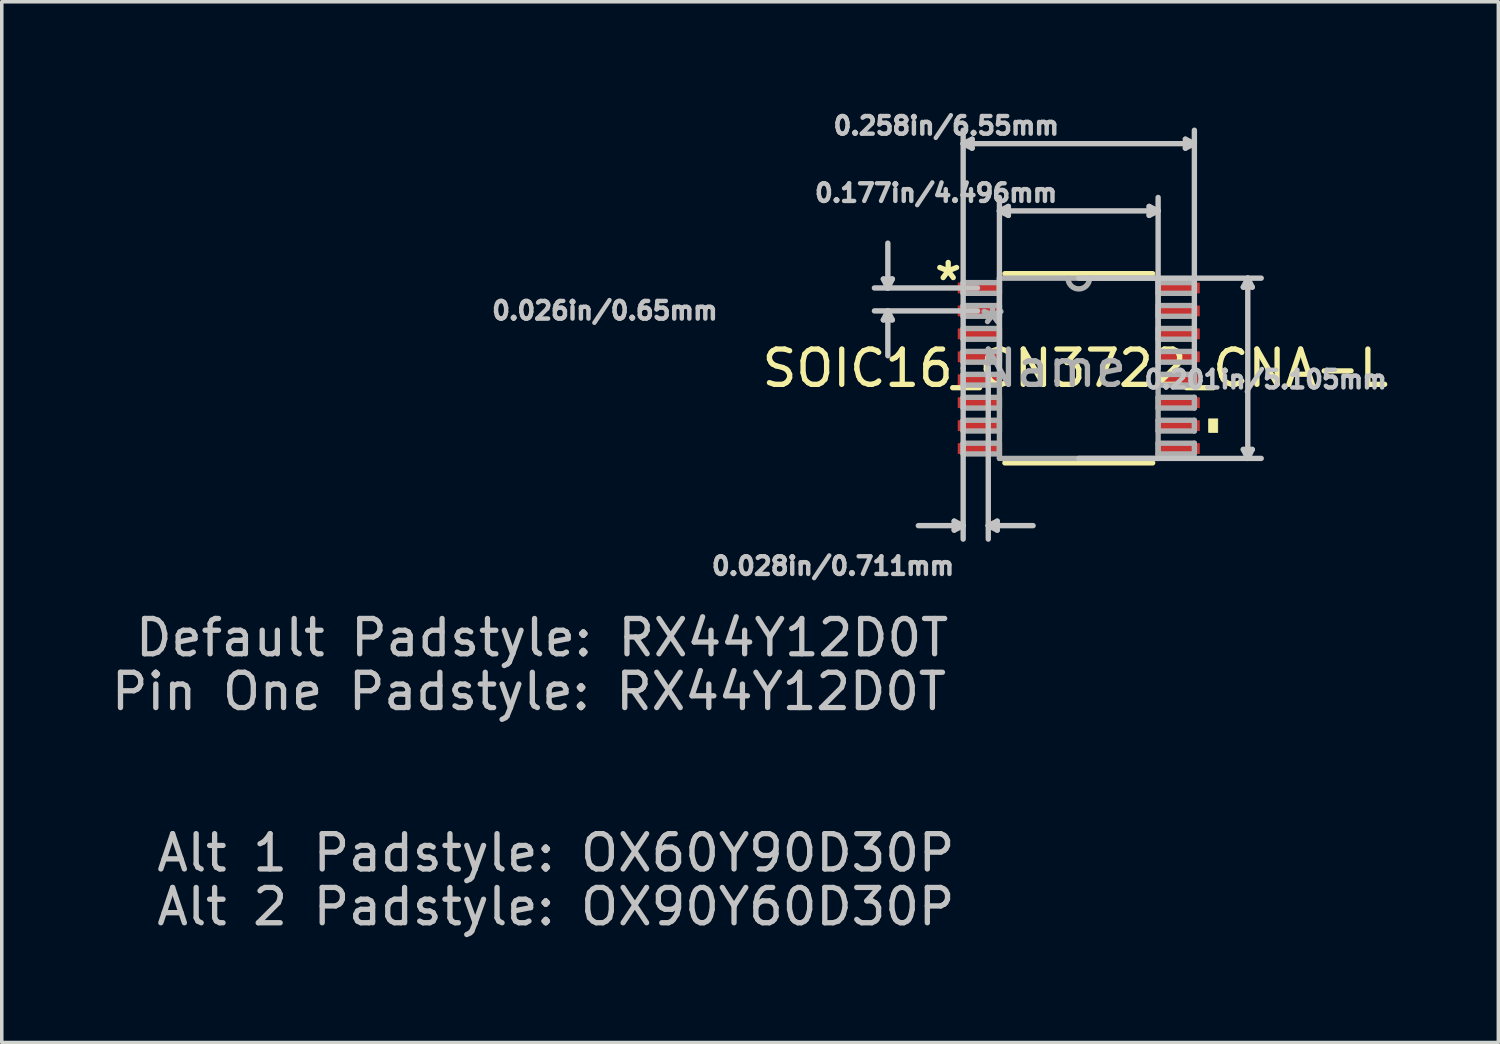
<source format=kicad_pcb>
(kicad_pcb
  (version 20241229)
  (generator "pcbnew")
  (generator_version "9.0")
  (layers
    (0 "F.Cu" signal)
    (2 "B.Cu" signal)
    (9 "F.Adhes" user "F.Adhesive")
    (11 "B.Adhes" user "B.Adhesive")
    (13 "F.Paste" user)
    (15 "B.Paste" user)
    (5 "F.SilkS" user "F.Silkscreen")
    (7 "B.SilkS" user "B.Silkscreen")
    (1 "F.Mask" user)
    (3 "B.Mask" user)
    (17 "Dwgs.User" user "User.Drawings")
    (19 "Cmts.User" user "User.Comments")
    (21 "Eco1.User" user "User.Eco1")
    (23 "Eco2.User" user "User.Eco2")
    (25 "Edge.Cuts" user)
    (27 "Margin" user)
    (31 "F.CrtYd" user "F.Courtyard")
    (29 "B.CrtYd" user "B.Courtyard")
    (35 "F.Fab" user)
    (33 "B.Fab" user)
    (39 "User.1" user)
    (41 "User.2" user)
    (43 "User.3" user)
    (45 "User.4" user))
  (footprint "SOIC16_CN3722_CNA-L"
    (layer "F.Cu")
    (at 27.511 7.383)
    (property "Reference" "SOIC16_CN3722_CNA-L" (at -0.096 0 0) (layer "F.SilkS") (effects (font (size 1 1) (thickness 0.15))))
    (attr smd)
    (fp_line (start -2.093 2.68) (end 2.093 2.68) (stroke (width 0.152) (type solid)) (layer "F.SilkS"))
    (fp_line (start 2.093 -2.68) (end -2.093 -2.68) (stroke (width 0.152) (type solid)) (layer "F.SilkS"))
    (fp_poly (pts (xy 3.935 1.435) (xy 3.935 1.815) (xy 3.681 1.815) (xy 3.681 1.435)) (stroke (width 0.025) (type solid)) (fill yes) (layer "F.SilkS"))
    (fp_line (start -5.536 -2.529) (end -5.282 -2.529) (stroke (width 0.152) (type solid)) (layer "Dwgs.User"))
    (fp_line (start -5.536 -1.371) (end -5.282 -1.371) (stroke (width 0.152) (type solid)) (layer "Dwgs.User"))
    (fp_line (start -5.409 -2.275) (end -5.536 -2.529) (stroke (width 0.152) (type solid)) (layer "Dwgs.User"))
    (fp_line (start -5.409 -2.275) (end -5.409 -3.545) (stroke (width 0.152) (type solid)) (layer "Dwgs.User"))
    (fp_line (start -5.409 -2.275) (end -5.282 -2.529) (stroke (width 0.152) (type solid)) (layer "Dwgs.User"))
    (fp_line (start -5.409 -1.625) (end -5.536 -1.371) (stroke (width 0.152) (type solid)) (layer "Dwgs.User"))
    (fp_line (start -5.409 -1.625) (end -5.409 -0.355) (stroke (width 0.152) (type solid)) (layer "Dwgs.User"))
    (fp_line (start -5.409 -1.625) (end -5.282 -1.371) (stroke (width 0.152) (type solid)) (layer "Dwgs.User"))
    (fp_line (start -3.529 4.331) (end -3.529 4.585) (stroke (width 0.152) (type solid)) (layer "Dwgs.User"))
    (fp_line (start -3.275 -6.363) (end -3.021 -6.49) (stroke (width 0.152) (type solid)) (layer "Dwgs.User"))
    (fp_line (start -3.275 -6.363) (end -3.021 -6.236) (stroke (width 0.152) (type solid)) (layer "Dwgs.User"))
    (fp_line (start -3.275 -6.363) (end 3.275 -6.363) (stroke (width 0.152) (type solid)) (layer "Dwgs.User"))
    (fp_line (start -3.275 0) (end -3.275 -6.744) (stroke (width 0.152) (type solid)) (layer "Dwgs.User"))
    (fp_line (start -3.275 0) (end -3.275 4.839) (stroke (width 0.152) (type solid)) (layer "Dwgs.User"))
    (fp_line (start -3.275 4.458) (end -4.545 4.458) (stroke (width 0.152) (type solid)) (layer "Dwgs.User"))
    (fp_line (start -3.275 4.458) (end -3.529 4.331) (stroke (width 0.152) (type solid)) (layer "Dwgs.User"))
    (fp_line (start -3.275 4.458) (end -3.529 4.585) (stroke (width 0.152) (type solid)) (layer "Dwgs.User"))
    (fp_line (start -3.021 -6.49) (end -3.021 -6.236) (stroke (width 0.152) (type solid)) (layer "Dwgs.User"))
    (fp_line (start -2.869 -2.275) (end -5.79 -2.275) (stroke (width 0.152) (type solid)) (layer "Dwgs.User"))
    (fp_line (start -2.869 -1.625) (end -5.79 -1.625) (stroke (width 0.152) (type solid)) (layer "Dwgs.User"))
    (fp_line (start -2.564 0) (end -2.564 4.839) (stroke (width 0.152) (type solid)) (layer "Dwgs.User"))
    (fp_line (start -2.564 4.458) (end -2.31 4.331) (stroke (width 0.152) (type solid)) (layer "Dwgs.User"))
    (fp_line (start -2.564 4.458) (end -2.31 4.585) (stroke (width 0.152) (type solid)) (layer "Dwgs.User"))
    (fp_line (start -2.564 4.458) (end -1.294 4.458) (stroke (width 0.152) (type solid)) (layer "Dwgs.User"))
    (fp_line (start -2.31 4.331) (end -2.31 4.585) (stroke (width 0.152) (type solid)) (layer "Dwgs.User"))
    (fp_line (start -2.248 -4.458) (end -1.994 -4.585) (stroke (width 0.152) (type solid)) (layer "Dwgs.User"))
    (fp_line (start -2.248 -4.458) (end -1.994 -4.331) (stroke (width 0.152) (type solid)) (layer "Dwgs.User"))
    (fp_line (start -2.248 -4.458) (end 2.248 -4.458) (stroke (width 0.152) (type solid)) (layer "Dwgs.User"))
    (fp_line (start -2.248 0) (end -2.248 -4.839) (stroke (width 0.152) (type solid)) (layer "Dwgs.User"))
    (fp_line (start -1.994 -4.585) (end -1.994 -4.331) (stroke (width 0.152) (type solid)) (layer "Dwgs.User"))
    (fp_line (start 0 -2.553) (end 5.169 -2.553) (stroke (width 0.152) (type solid)) (layer "Dwgs.User"))
    (fp_line (start 0 2.553) (end 5.169 2.553) (stroke (width 0.152) (type solid)) (layer "Dwgs.User"))
    (fp_line (start 1.994 -4.585) (end 1.994 -4.331) (stroke (width 0.152) (type solid)) (layer "Dwgs.User"))
    (fp_line (start 2.248 -4.458) (end 1.994 -4.585) (stroke (width 0.152) (type solid)) (layer "Dwgs.User"))
    (fp_line (start 2.248 -4.458) (end 1.994 -4.331) (stroke (width 0.152) (type solid)) (layer "Dwgs.User"))
    (fp_line (start 2.248 0) (end 2.248 -4.839) (stroke (width 0.152) (type solid)) (layer "Dwgs.User"))
    (fp_line (start 3.021 -6.49) (end 3.021 -6.236) (stroke (width 0.152) (type solid)) (layer "Dwgs.User"))
    (fp_line (start 3.275 -6.363) (end 3.021 -6.49) (stroke (width 0.152) (type solid)) (layer "Dwgs.User"))
    (fp_line (start 3.275 -6.363) (end 3.021 -6.236) (stroke (width 0.152) (type solid)) (layer "Dwgs.User"))
    (fp_line (start 3.275 0) (end 3.275 -6.744) (stroke (width 0.152) (type solid)) (layer "Dwgs.User"))
    (fp_line (start 4.661 -2.299) (end 4.915 -2.299) (stroke (width 0.152) (type solid)) (layer "Dwgs.User"))
    (fp_line (start 4.661 2.299) (end 4.915 2.299) (stroke (width 0.152) (type solid)) (layer "Dwgs.User"))
    (fp_line (start 4.788 -2.553) (end 4.661 -2.299) (stroke (width 0.152) (type solid)) (layer "Dwgs.User"))
    (fp_line (start 4.788 -2.553) (end 4.788 2.553) (stroke (width 0.152) (type solid)) (layer "Dwgs.User"))
    (fp_line (start 4.788 -2.553) (end 4.915 -2.299) (stroke (width 0.152) (type solid)) (layer "Dwgs.User"))
    (fp_line (start 4.788 2.553) (end 4.661 2.299) (stroke (width 0.152) (type solid)) (layer "Dwgs.User"))
    (fp_line (start 4.788 2.553) (end 4.915 2.299) (stroke (width 0.152) (type solid)) (layer "Dwgs.User"))
    (fp_line (start -3.275 -2.427) (end -3.275 -2.123) (stroke (width 0.152) (type solid)) (layer "F.Fab"))
    (fp_line (start -3.275 -2.123) (end -2.248 -2.123) (stroke (width 0.152) (type solid)) (layer "F.Fab"))
    (fp_line (start -3.275 -1.777) (end -3.275 -1.473) (stroke (width 0.152) (type solid)) (layer "F.Fab"))
    (fp_line (start -3.275 -1.473) (end -2.248 -1.473) (stroke (width 0.152) (type solid)) (layer "F.Fab"))
    (fp_line (start -3.275 -1.127) (end -3.275 -0.823) (stroke (width 0.152) (type solid)) (layer "F.Fab"))
    (fp_line (start -3.275 -0.823) (end -2.248 -0.823) (stroke (width 0.152) (type solid)) (layer "F.Fab"))
    (fp_line (start -3.275 -0.477) (end -3.275 -0.173) (stroke (width 0.152) (type solid)) (layer "F.Fab"))
    (fp_line (start -3.275 -0.173) (end -2.248 -0.173) (stroke (width 0.152) (type solid)) (layer "F.Fab"))
    (fp_line (start -3.275 0.173) (end -3.275 0.477) (stroke (width 0.152) (type solid)) (layer "F.Fab"))
    (fp_line (start -3.275 0.477) (end -2.248 0.477) (stroke (width 0.152) (type solid)) (layer "F.Fab"))
    (fp_line (start -3.275 0.823) (end -3.275 1.127) (stroke (width 0.152) (type solid)) (layer "F.Fab"))
    (fp_line (start -3.275 1.127) (end -2.248 1.127) (stroke (width 0.152) (type solid)) (layer "F.Fab"))
    (fp_line (start -3.275 1.473) (end -3.275 1.777) (stroke (width 0.152) (type solid)) (layer "F.Fab"))
    (fp_line (start -3.275 1.777) (end -2.248 1.777) (stroke (width 0.152) (type solid)) (layer "F.Fab"))
    (fp_line (start -3.275 2.123) (end -3.275 2.427) (stroke (width 0.152) (type solid)) (layer "F.Fab"))
    (fp_line (start -3.275 2.427) (end -2.248 2.427) (stroke (width 0.152) (type solid)) (layer "F.Fab"))
    (fp_line (start -2.248 -2.553) (end -2.248 2.553) (stroke (width 0.152) (type solid)) (layer "F.Fab"))
    (fp_line (start -2.248 -2.427) (end -3.275 -2.427) (stroke (width 0.152) (type solid)) (layer "F.Fab"))
    (fp_line (start -2.248 -2.123) (end -2.248 -2.427) (stroke (width 0.152) (type solid)) (layer "F.Fab"))
    (fp_line (start -2.248 -1.777) (end -3.275 -1.777) (stroke (width 0.152) (type solid)) (layer "F.Fab"))
    (fp_line (start -2.248 -1.473) (end -2.248 -1.777) (stroke (width 0.152) (type solid)) (layer "F.Fab"))
    (fp_line (start -2.248 -1.127) (end -3.275 -1.127) (stroke (width 0.152) (type solid)) (layer "F.Fab"))
    (fp_line (start -2.248 -0.823) (end -2.248 -1.127) (stroke (width 0.152) (type solid)) (layer "F.Fab"))
    (fp_line (start -2.248 -0.477) (end -3.275 -0.477) (stroke (width 0.152) (type solid)) (layer "F.Fab"))
    (fp_line (start -2.248 -0.173) (end -2.248 -0.477) (stroke (width 0.152) (type solid)) (layer "F.Fab"))
    (fp_line (start -2.248 0.173) (end -3.275 0.173) (stroke (width 0.152) (type solid)) (layer "F.Fab"))
    (fp_line (start -2.248 0.477) (end -2.248 0.173) (stroke (width 0.152) (type solid)) (layer "F.Fab"))
    (fp_line (start -2.248 0.823) (end -3.275 0.823) (stroke (width 0.152) (type solid)) (layer "F.Fab"))
    (fp_line (start -2.248 1.127) (end -2.248 0.823) (stroke (width 0.152) (type solid)) (layer "F.Fab"))
    (fp_line (start -2.248 1.473) (end -3.275 1.473) (stroke (width 0.152) (type solid)) (layer "F.Fab"))
    (fp_line (start -2.248 1.777) (end -2.248 1.473) (stroke (width 0.152) (type solid)) (layer "F.Fab"))
    (fp_line (start -2.248 2.123) (end -3.275 2.123) (stroke (width 0.152) (type solid)) (layer "F.Fab"))
    (fp_line (start -2.248 2.427) (end -2.248 2.123) (stroke (width 0.152) (type solid)) (layer "F.Fab"))
    (fp_line (start -2.248 2.553) (end 2.248 2.553) (stroke (width 0.152) (type solid)) (layer "F.Fab"))
    (fp_line (start 2.248 -2.553) (end -2.248 -2.553) (stroke (width 0.152) (type solid)) (layer "F.Fab"))
    (fp_line (start 2.248 -2.427) (end 2.248 -2.123) (stroke (width 0.152) (type solid)) (layer "F.Fab"))
    (fp_line (start 2.248 -2.123) (end 3.275 -2.123) (stroke (width 0.152) (type solid)) (layer "F.Fab"))
    (fp_line (start 2.248 -1.777) (end 2.248 -1.473) (stroke (width 0.152) (type solid)) (layer "F.Fab"))
    (fp_line (start 2.248 -1.473) (end 3.275 -1.473) (stroke (width 0.152) (type solid)) (layer "F.Fab"))
    (fp_line (start 2.248 -1.127) (end 2.248 -0.823) (stroke (width 0.152) (type solid)) (layer "F.Fab"))
    (fp_line (start 2.248 -0.823) (end 3.275 -0.823) (stroke (width 0.152) (type solid)) (layer "F.Fab"))
    (fp_line (start 2.248 -0.477) (end 2.248 -0.173) (stroke (width 0.152) (type solid)) (layer "F.Fab"))
    (fp_line (start 2.248 -0.173) (end 3.275 -0.173) (stroke (width 0.152) (type solid)) (layer "F.Fab"))
    (fp_line (start 2.248 0.173) (end 2.248 0.477) (stroke (width 0.152) (type solid)) (layer "F.Fab"))
    (fp_line (start 2.248 0.477) (end 3.275 0.477) (stroke (width 0.152) (type solid)) (layer "F.Fab"))
    (fp_line (start 2.248 0.823) (end 2.248 1.127) (stroke (width 0.152) (type solid)) (layer "F.Fab"))
    (fp_line (start 2.248 1.127) (end 3.275 1.127) (stroke (width 0.152) (type solid)) (layer "F.Fab"))
    (fp_line (start 2.248 1.473) (end 2.248 1.777) (stroke (width 0.152) (type solid)) (layer "F.Fab"))
    (fp_line (start 2.248 1.777) (end 3.275 1.777) (stroke (width 0.152) (type solid)) (layer "F.Fab"))
    (fp_line (start 2.248 2.123) (end 2.248 2.427) (stroke (width 0.152) (type solid)) (layer "F.Fab"))
    (fp_line (start 2.248 2.427) (end 3.275 2.427) (stroke (width 0.152) (type solid)) (layer "F.Fab"))
    (fp_line (start 2.248 2.553) (end 2.248 -2.553) (stroke (width 0.152) (type solid)) (layer "F.Fab"))
    (fp_line (start 3.275 -2.427) (end 2.248 -2.427) (stroke (width 0.152) (type solid)) (layer "F.Fab"))
    (fp_line (start 3.275 -2.123) (end 3.275 -2.427) (stroke (width 0.152) (type solid)) (layer "F.Fab"))
    (fp_line (start 3.275 -1.777) (end 2.248 -1.777) (stroke (width 0.152) (type solid)) (layer "F.Fab"))
    (fp_line (start 3.275 -1.473) (end 3.275 -1.777) (stroke (width 0.152) (type solid)) (layer "F.Fab"))
    (fp_line (start 3.275 -1.127) (end 2.248 -1.127) (stroke (width 0.152) (type solid)) (layer "F.Fab"))
    (fp_line (start 3.275 -0.823) (end 3.275 -1.127) (stroke (width 0.152) (type solid)) (layer "F.Fab"))
    (fp_line (start 3.275 -0.477) (end 2.248 -0.477) (stroke (width 0.152) (type solid)) (layer "F.Fab"))
    (fp_line (start 3.275 -0.173) (end 3.275 -0.477) (stroke (width 0.152) (type solid)) (layer "F.Fab"))
    (fp_line (start 3.275 0.173) (end 2.248 0.173) (stroke (width 0.152) (type solid)) (layer "F.Fab"))
    (fp_line (start 3.275 0.477) (end 3.275 0.173) (stroke (width 0.152) (type solid)) (layer "F.Fab"))
    (fp_line (start 3.275 0.823) (end 2.248 0.823) (stroke (width 0.152) (type solid)) (layer "F.Fab"))
    (fp_line (start 3.275 1.127) (end 3.275 0.823) (stroke (width 0.152) (type solid)) (layer "F.Fab"))
    (fp_line (start 3.275 1.473) (end 2.248 1.473) (stroke (width 0.152) (type solid)) (layer "F.Fab"))
    (fp_line (start 3.275 1.777) (end 3.275 1.473) (stroke (width 0.152) (type solid)) (layer "F.Fab"))
    (fp_line (start 3.275 2.123) (end 2.248 2.123) (stroke (width 0.152) (type solid)) (layer "F.Fab"))
    (fp_line (start 3.275 2.427) (end 3.275 2.123) (stroke (width 0.152) (type solid)) (layer "F.Fab"))
    (fp_arc (start 0.3048 -2.5527) (mid 0 -2.2479) (end -0.3048 -2.5527) (stroke (width 0.1524) (type solid)) (layer "F.Fab"))
    (fp_text user "*" (at -3.699 -2.453 0) (layer "F.SilkS") (effects (font (size 1 1) (thickness 0.15))))
    (fp_text user "Pin One Padstyle: RX44Y12D0T" (at -15.576 9.157 0) (layer "Dwgs.User") (effects (font (size 1 1) (thickness 0.15))))
    (fp_text user "0.258in/6.55mm" (at -3.754 -6.871 0) (layer "Dwgs.User") (effects (font (size 0.5 0.5) (thickness 0.15))))
    (fp_text user "Default Padstyle: RX44Y12D0T" (at -15.204 7.633 0) (layer "Dwgs.User") (effects (font (size 1 1) (thickness 0.15))))
    (fp_text user "0.177in/4.496mm" (at -4.042 -4.966 0) (layer "Dwgs.User") (effects (font (size 0.5 0.5) (thickness 0.15))))
    (fp_text user "0.026in/0.65mm" (at -13.425 -1.633 0) (layer "Dwgs.User") (effects (font (size 0.5 0.5) (thickness 0.15))))
    (fp_text user "0.201in/5.105mm" (at 5.296 0.318 0) (layer "Dwgs.User") (effects (font (size 0.5 0.5) (thickness 0.15))))
    (fp_text user "Alt 1 Padstyle: OX60Y90D30P" (at -14.814 13.729 0) (layer "Dwgs.User") (effects (font (size 1 1) (thickness 0.15))))
    (fp_text user "Alt 2 Padstyle: OX90Y60D30P" (at -14.814 15.253 0) (layer "Dwgs.User") (effects (font (size 1 1) (thickness 0.15))))
    (fp_text user "0.028in/0.711mm" (at -6.962 5.601 0) (layer "Dwgs.User") (effects (font (size 0.5 0.5) (thickness 0.15))))
    (fp_text user "Name" (at -0.731 0 0) (layer "F.Fab") (effects (font (size 1 1) (thickness 0.15))))
    (fp_text user "*" (at -2.443 -1.206 0) (layer "F.Fab") (effects (font (size 1 1) (thickness 0.15))))
    (pad "1" smd rect (at -2.869 -2.275) (size 1.118 0.305) (layers "F.Cu" "F.Mask" "F.Paste"))
    (pad "2" smd rect (at -2.869 -1.625) (size 1.118 0.305) (layers "F.Cu" "F.Mask" "F.Paste"))
    (pad "3" smd rect (at -2.869 -0.975) (size 1.118 0.305) (layers "F.Cu" "F.Mask" "F.Paste"))
    (pad "4" smd rect (at -2.869 -0.325) (size 1.118 0.305) (layers "F.Cu" "F.Mask" "F.Paste"))
    (pad "5" smd rect (at -2.869 0.325) (size 1.118 0.305) (layers "F.Cu" "F.Mask" "F.Paste"))
    (pad "6" smd rect (at -2.869 0.975) (size 1.118 0.305) (layers "F.Cu" "F.Mask" "F.Paste"))
    (pad "7" smd rect (at -2.869 1.625) (size 1.118 0.305) (layers "F.Cu" "F.Mask" "F.Paste"))
    (pad "8" smd rect (at -2.869 2.275) (size 1.118 0.305) (layers "F.Cu" "F.Mask" "F.Paste"))
    (pad "9" smd rect (at 2.869 2.275) (size 1.118 0.305) (layers "F.Cu" "F.Mask" "F.Paste"))
    (pad "10" smd rect (at 2.869 1.625) (size 1.118 0.305) (layers "F.Cu" "F.Mask" "F.Paste"))
    (pad "11" smd rect (at 2.869 0.975) (size 1.118 0.305) (layers "F.Cu" "F.Mask" "F.Paste"))
    (pad "12" smd rect (at 2.869 0.325) (size 1.118 0.305) (layers "F.Cu" "F.Mask" "F.Paste"))
    (pad "13" smd rect (at 2.869 -0.325) (size 1.118 0.305) (layers "F.Cu" "F.Mask" "F.Paste"))
    (pad "14" smd rect (at 2.869 -0.975) (size 1.118 0.305) (layers "F.Cu" "F.Mask" "F.Paste"))
    (pad "15" smd rect (at 2.869 -1.625) (size 1.118 0.305) (layers "F.Cu" "F.Mask" "F.Paste"))
    (pad "16" smd rect (at 2.869 -2.275) (size 1.118 0.305) (layers "F.Cu" "F.Mask" "F.Paste")))
  (gr_rect
    (start -3 -3)
    (end 39.397 26.484)
    (stroke (width 0.1) (type default))
    (fill no)
    (layer "Edge.Cuts")))
</source>
